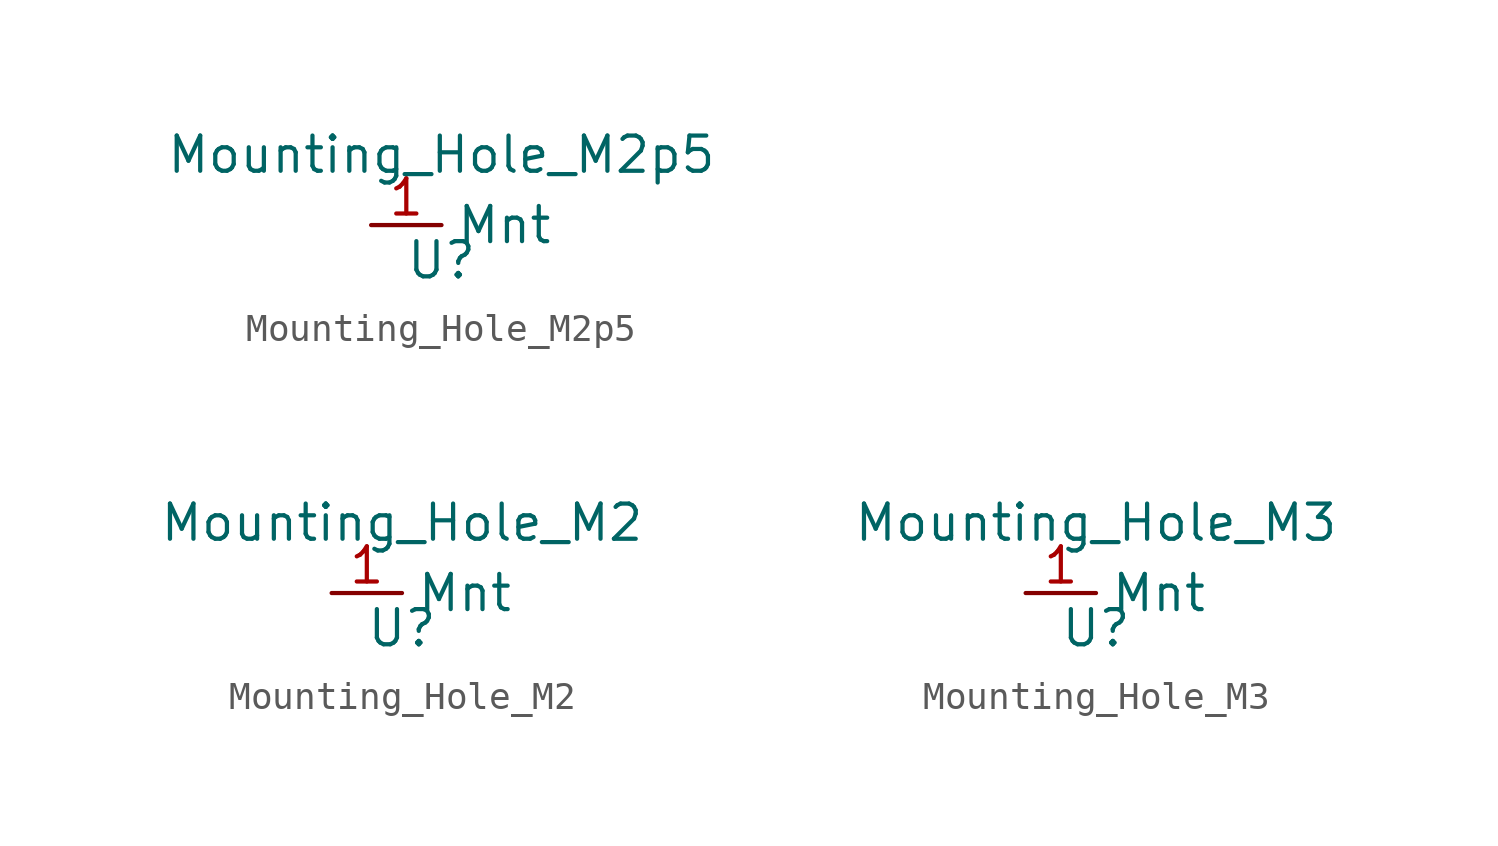
<source format=kicad_sym>
(kicad_symbol_lib
  (version 20211014)
  (generator kicad_symbol_editor)
  (symbol "Mounting_Hole_M2p5"
    (property "Reference" "U"
      (at 0 -1.27 0)
      (effects (font (size 1.27 1.27))))
    (property "Value" "Mounting_Hole_M2p5"
      (at 0 2.54 0)
      (effects (font (size 1.27 1.27))))
    (symbol "Mounting_Hole_M2p5_1_1"
      (pin input line (at -2.54 0 0) (length 2.54) (name "Mnt" (effects (font (size 1.27 1.27)))) (number "1" (effects (font (size 1.27 1.27)))))))
  (symbol "Mounting_Hole_M2"
    (property "Reference" "U"
      (at 0 -1.27 0)
      (effects (font (size 1.27 1.27))))
    (property "Value" "Mounting_Hole_M2"
      (at 0 2.54 0)
      (effects (font (size 1.27 1.27))))
    (symbol "Mounting_Hole_M2_1_1"
      (pin input line (at -2.54 0 0) (length 2.54) (name "Mnt" (effects (font (size 1.27 1.27)))) (number "1" (effects (font (size 1.27 1.27)))))))
  (symbol "Mounting_Hole_M3"
    (property "Reference" "U"
      (at 0 -1.27 0)
      (effects (font (size 1.27 1.27))))
    (property "Value" "Mounting_Hole_M3"
      (at 0 2.54 0)
      (effects (font (size 1.27 1.27))))
    (symbol "Mounting_Hole_M3_1_1"
      (pin input line (at -2.54 0 0) (length 2.54) (name "Mnt" (effects (font (size 1.27 1.27)))) (number "1" (effects (font (size 1.27 1.27))))))))
</source>
